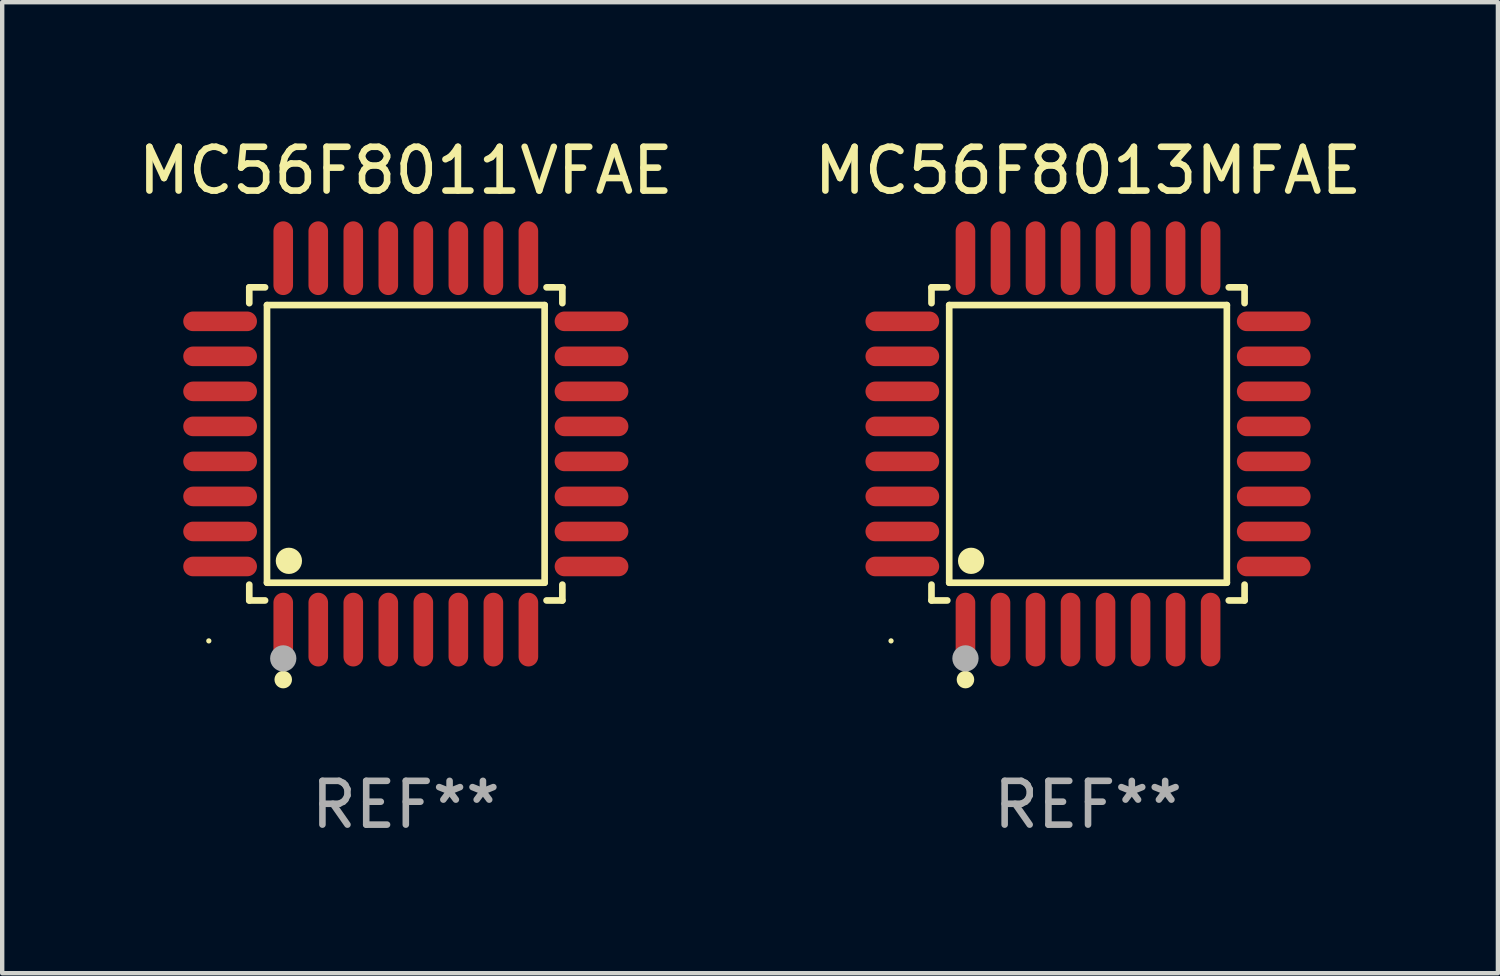
<source format=kicad_pcb>
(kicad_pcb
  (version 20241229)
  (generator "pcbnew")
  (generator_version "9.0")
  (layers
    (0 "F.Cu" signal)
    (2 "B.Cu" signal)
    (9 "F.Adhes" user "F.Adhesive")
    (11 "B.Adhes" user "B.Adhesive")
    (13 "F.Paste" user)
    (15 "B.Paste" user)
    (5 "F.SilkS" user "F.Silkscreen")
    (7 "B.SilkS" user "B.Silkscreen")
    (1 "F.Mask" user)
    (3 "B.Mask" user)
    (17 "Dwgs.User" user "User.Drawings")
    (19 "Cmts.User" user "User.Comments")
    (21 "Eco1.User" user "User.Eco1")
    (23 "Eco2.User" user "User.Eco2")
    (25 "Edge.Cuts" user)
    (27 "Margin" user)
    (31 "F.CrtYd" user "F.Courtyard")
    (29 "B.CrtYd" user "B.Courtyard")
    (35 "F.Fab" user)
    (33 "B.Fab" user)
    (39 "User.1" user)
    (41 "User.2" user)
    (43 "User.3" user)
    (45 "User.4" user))
  (footprint "MC56F8013MFAE"
    (layer "F.Cu")
    (at 21.804 7.09)
    (property "Reference" "MC56F8013MFAE" (at 0 -6.242 0) (layer "F.SilkS") (effects (font (size 1 1) (thickness 0.15))))
    (attr through_hole)
    (fp_line (start -3.576 -3.576) (end -3.215 -3.576) (stroke (width 0.152) (type solid)) (layer "F.SilkS"))
    (fp_line (start -3.576 -3.215) (end -3.576 -3.576) (stroke (width 0.152) (type solid)) (layer "F.SilkS"))
    (fp_line (start -3.576 3.215) (end -3.576 3.576) (stroke (width 0.152) (type solid)) (layer "F.SilkS"))
    (fp_line (start -3.576 3.576) (end -3.215 3.576) (stroke (width 0.152) (type solid)) (layer "F.SilkS"))
    (fp_line (start -3.171 -3.171) (end 3.171 -3.171) (stroke (width 0.152) (type solid)) (layer "F.SilkS"))
    (fp_line (start -3.171 3.171) (end -3.171 -3.171) (stroke (width 0.152) (type solid)) (layer "F.SilkS"))
    (fp_line (start 3.171 -3.171) (end 3.171 3.171) (stroke (width 0.152) (type solid)) (layer "F.SilkS"))
    (fp_line (start 3.171 3.171) (end -3.171 3.171) (stroke (width 0.152) (type solid)) (layer "F.SilkS"))
    (fp_line (start 3.576 -3.576) (end 3.215 -3.576) (stroke (width 0.152) (type solid)) (layer "F.SilkS"))
    (fp_line (start 3.576 -3.215) (end 3.576 -3.576) (stroke (width 0.152) (type solid)) (layer "F.SilkS"))
    (fp_line (start 3.576 3.215) (end 3.576 3.576) (stroke (width 0.152) (type solid)) (layer "F.SilkS"))
    (fp_line (start 3.576 3.576) (end 3.215 3.576) (stroke (width 0.152) (type solid)) (layer "F.SilkS"))
    (fp_circle (center -4.5 4.5) (end -4.47 4.5) (stroke (width 0.06) (type solid)) (fill no) (layer "F.SilkS"))
    (fp_circle (center -2.8 5.384) (end -2.7 5.384) (stroke (width 0.2) (type solid)) (fill no) (layer "F.SilkS"))
    (fp_circle (center -2.671 2.671) (end -2.521 2.671) (stroke (width 0.3) (type solid)) (fill no) (layer "F.SilkS"))
    (fp_circle (center -2.8 4.9) (end -2.65 4.9) (stroke (width 0.3) (type solid)) (fill no) (layer "F.Fab"))
    (fp_text user "REF**" (at 0 8.242 0) (layer "F.Fab") (effects (font (size 1 1) (thickness 0.15))))
    (pad "1" smd oval (at -2.8 4.242) (size 0.448 1.684) (layers "F.Cu" "F.Mask" "F.Paste"))
    (pad "2" smd oval (at -2 4.242) (size 0.448 1.684) (layers "F.Cu" "F.Mask" "F.Paste"))
    (pad "3" smd oval (at -1.2 4.242) (size 0.448 1.684) (layers "F.Cu" "F.Mask" "F.Paste"))
    (pad "4" smd oval (at -0.4 4.242) (size 0.448 1.684) (layers "F.Cu" "F.Mask" "F.Paste"))
    (pad "5" smd oval (at 0.4 4.242) (size 0.448 1.684) (layers "F.Cu" "F.Mask" "F.Paste"))
    (pad "6" smd oval (at 1.2 4.242) (size 0.448 1.684) (layers "F.Cu" "F.Mask" "F.Paste"))
    (pad "7" smd oval (at 2 4.242) (size 0.448 1.684) (layers "F.Cu" "F.Mask" "F.Paste"))
    (pad "8" smd oval (at 2.8 4.242) (size 0.448 1.684) (layers "F.Cu" "F.Mask" "F.Paste"))
    (pad "9" smd oval (at 4.242 2.8) (size 1.684 0.448) (layers "F.Cu" "F.Mask" "F.Paste"))
    (pad "10" smd oval (at 4.242 2) (size 1.684 0.448) (layers "F.Cu" "F.Mask" "F.Paste"))
    (pad "11" smd oval (at 4.242 1.2) (size 1.684 0.448) (layers "F.Cu" "F.Mask" "F.Paste"))
    (pad "12" smd oval (at 4.242 0.4) (size 1.684 0.448) (layers "F.Cu" "F.Mask" "F.Paste"))
    (pad "13" smd oval (at 4.242 -0.4) (size 1.684 0.448) (layers "F.Cu" "F.Mask" "F.Paste"))
    (pad "14" smd oval (at 4.242 -1.2) (size 1.684 0.448) (layers "F.Cu" "F.Mask" "F.Paste"))
    (pad "15" smd oval (at 4.242 -2) (size 1.684 0.448) (layers "F.Cu" "F.Mask" "F.Paste"))
    (pad "16" smd oval (at 4.242 -2.8) (size 1.684 0.448) (layers "F.Cu" "F.Mask" "F.Paste"))
    (pad "17" smd oval (at 2.8 -4.242) (size 0.448 1.684) (layers "F.Cu" "F.Mask" "F.Paste"))
    (pad "18" smd oval (at 2 -4.242) (size 0.448 1.684) (layers "F.Cu" "F.Mask" "F.Paste"))
    (pad "19" smd oval (at 1.2 -4.242) (size 0.448 1.684) (layers "F.Cu" "F.Mask" "F.Paste"))
    (pad "20" smd oval (at 0.4 -4.242) (size 0.448 1.684) (layers "F.Cu" "F.Mask" "F.Paste"))
    (pad "21" smd oval (at -0.4 -4.242) (size 0.448 1.684) (layers "F.Cu" "F.Mask" "F.Paste"))
    (pad "22" smd oval (at -1.2 -4.242) (size 0.448 1.684) (layers "F.Cu" "F.Mask" "F.Paste"))
    (pad "23" smd oval (at -2 -4.242) (size 0.448 1.684) (layers "F.Cu" "F.Mask" "F.Paste"))
    (pad "24" smd oval (at -2.8 -4.242) (size 0.448 1.684) (layers "F.Cu" "F.Mask" "F.Paste"))
    (pad "25" smd oval (at -4.242 -2.8) (size 1.684 0.448) (layers "F.Cu" "F.Mask" "F.Paste"))
    (pad "26" smd oval (at -4.242 -2) (size 1.684 0.448) (layers "F.Cu" "F.Mask" "F.Paste"))
    (pad "27" smd oval (at -4.242 -1.2) (size 1.684 0.448) (layers "F.Cu" "F.Mask" "F.Paste"))
    (pad "28" smd oval (at -4.242 -0.4) (size 1.684 0.448) (layers "F.Cu" "F.Mask" "F.Paste"))
    (pad "29" smd oval (at -4.242 0.4) (size 1.684 0.448) (layers "F.Cu" "F.Mask" "F.Paste"))
    (pad "30" smd oval (at -4.242 1.2) (size 1.684 0.448) (layers "F.Cu" "F.Mask" "F.Paste"))
    (pad "31" smd oval (at -4.242 2) (size 1.684 0.448) (layers "F.Cu" "F.Mask" "F.Paste"))
    (pad "32" smd oval (at -4.242 2.8) (size 1.684 0.448) (layers "F.Cu" "F.Mask" "F.Paste")))
  (footprint "MC56F8011VFAE"
    (layer "F.Cu")
    (at 6.22 7.09)
    (property "Reference" "MC56F8011VFAE" (at 0 -6.242 0) (layer "F.SilkS") (effects (font (size 1 1) (thickness 0.15))))
    (attr through_hole)
    (fp_line (start -3.576 -3.576) (end -3.215 -3.576) (stroke (width 0.152) (type solid)) (layer "F.SilkS"))
    (fp_line (start -3.576 -3.215) (end -3.576 -3.576) (stroke (width 0.152) (type solid)) (layer "F.SilkS"))
    (fp_line (start -3.576 3.215) (end -3.576 3.576) (stroke (width 0.152) (type solid)) (layer "F.SilkS"))
    (fp_line (start -3.576 3.576) (end -3.215 3.576) (stroke (width 0.152) (type solid)) (layer "F.SilkS"))
    (fp_line (start -3.171 -3.171) (end 3.171 -3.171) (stroke (width 0.152) (type solid)) (layer "F.SilkS"))
    (fp_line (start -3.171 3.171) (end -3.171 -3.171) (stroke (width 0.152) (type solid)) (layer "F.SilkS"))
    (fp_line (start 3.171 -3.171) (end 3.171 3.171) (stroke (width 0.152) (type solid)) (layer "F.SilkS"))
    (fp_line (start 3.171 3.171) (end -3.171 3.171) (stroke (width 0.152) (type solid)) (layer "F.SilkS"))
    (fp_line (start 3.576 -3.576) (end 3.215 -3.576) (stroke (width 0.152) (type solid)) (layer "F.SilkS"))
    (fp_line (start 3.576 -3.215) (end 3.576 -3.576) (stroke (width 0.152) (type solid)) (layer "F.SilkS"))
    (fp_line (start 3.576 3.215) (end 3.576 3.576) (stroke (width 0.152) (type solid)) (layer "F.SilkS"))
    (fp_line (start 3.576 3.576) (end 3.215 3.576) (stroke (width 0.152) (type solid)) (layer "F.SilkS"))
    (fp_circle (center -4.5 4.5) (end -4.47 4.5) (stroke (width 0.06) (type solid)) (fill no) (layer "F.SilkS"))
    (fp_circle (center -2.8 5.384) (end -2.7 5.384) (stroke (width 0.2) (type solid)) (fill no) (layer "F.SilkS"))
    (fp_circle (center -2.671 2.671) (end -2.521 2.671) (stroke (width 0.3) (type solid)) (fill no) (layer "F.SilkS"))
    (fp_circle (center -2.8 4.9) (end -2.65 4.9) (stroke (width 0.3) (type solid)) (fill no) (layer "F.Fab"))
    (fp_text user "REF**" (at 0 8.242 0) (layer "F.Fab") (effects (font (size 1 1) (thickness 0.15))))
    (pad "1" smd oval (at -2.8 4.242) (size 0.448 1.684) (layers "F.Cu" "F.Mask" "F.Paste"))
    (pad "2" smd oval (at -2 4.242) (size 0.448 1.684) (layers "F.Cu" "F.Mask" "F.Paste"))
    (pad "3" smd oval (at -1.2 4.242) (size 0.448 1.684) (layers "F.Cu" "F.Mask" "F.Paste"))
    (pad "4" smd oval (at -0.4 4.242) (size 0.448 1.684) (layers "F.Cu" "F.Mask" "F.Paste"))
    (pad "5" smd oval (at 0.4 4.242) (size 0.448 1.684) (layers "F.Cu" "F.Mask" "F.Paste"))
    (pad "6" smd oval (at 1.2 4.242) (size 0.448 1.684) (layers "F.Cu" "F.Mask" "F.Paste"))
    (pad "7" smd oval (at 2 4.242) (size 0.448 1.684) (layers "F.Cu" "F.Mask" "F.Paste"))
    (pad "8" smd oval (at 2.8 4.242) (size 0.448 1.684) (layers "F.Cu" "F.Mask" "F.Paste"))
    (pad "9" smd oval (at 4.242 2.8) (size 1.684 0.448) (layers "F.Cu" "F.Mask" "F.Paste"))
    (pad "10" smd oval (at 4.242 2) (size 1.684 0.448) (layers "F.Cu" "F.Mask" "F.Paste"))
    (pad "11" smd oval (at 4.242 1.2) (size 1.684 0.448) (layers "F.Cu" "F.Mask" "F.Paste"))
    (pad "12" smd oval (at 4.242 0.4) (size 1.684 0.448) (layers "F.Cu" "F.Mask" "F.Paste"))
    (pad "13" smd oval (at 4.242 -0.4) (size 1.684 0.448) (layers "F.Cu" "F.Mask" "F.Paste"))
    (pad "14" smd oval (at 4.242 -1.2) (size 1.684 0.448) (layers "F.Cu" "F.Mask" "F.Paste"))
    (pad "15" smd oval (at 4.242 -2) (size 1.684 0.448) (layers "F.Cu" "F.Mask" "F.Paste"))
    (pad "16" smd oval (at 4.242 -2.8) (size 1.684 0.448) (layers "F.Cu" "F.Mask" "F.Paste"))
    (pad "17" smd oval (at 2.8 -4.242) (size 0.448 1.684) (layers "F.Cu" "F.Mask" "F.Paste"))
    (pad "18" smd oval (at 2 -4.242) (size 0.448 1.684) (layers "F.Cu" "F.Mask" "F.Paste"))
    (pad "19" smd oval (at 1.2 -4.242) (size 0.448 1.684) (layers "F.Cu" "F.Mask" "F.Paste"))
    (pad "20" smd oval (at 0.4 -4.242) (size 0.448 1.684) (layers "F.Cu" "F.Mask" "F.Paste"))
    (pad "21" smd oval (at -0.4 -4.242) (size 0.448 1.684) (layers "F.Cu" "F.Mask" "F.Paste"))
    (pad "22" smd oval (at -1.2 -4.242) (size 0.448 1.684) (layers "F.Cu" "F.Mask" "F.Paste"))
    (pad "23" smd oval (at -2 -4.242) (size 0.448 1.684) (layers "F.Cu" "F.Mask" "F.Paste"))
    (pad "24" smd oval (at -2.8 -4.242) (size 0.448 1.684) (layers "F.Cu" "F.Mask" "F.Paste"))
    (pad "25" smd oval (at -4.242 -2.8) (size 1.684 0.448) (layers "F.Cu" "F.Mask" "F.Paste"))
    (pad "26" smd oval (at -4.242 -2) (size 1.684 0.448) (layers "F.Cu" "F.Mask" "F.Paste"))
    (pad "27" smd oval (at -4.242 -1.2) (size 1.684 0.448) (layers "F.Cu" "F.Mask" "F.Paste"))
    (pad "28" smd oval (at -4.242 -0.4) (size 1.684 0.448) (layers "F.Cu" "F.Mask" "F.Paste"))
    (pad "29" smd oval (at -4.242 0.4) (size 1.684 0.448) (layers "F.Cu" "F.Mask" "F.Paste"))
    (pad "30" smd oval (at -4.242 1.2) (size 1.684 0.448) (layers "F.Cu" "F.Mask" "F.Paste"))
    (pad "31" smd oval (at -4.242 2) (size 1.684 0.448) (layers "F.Cu" "F.Mask" "F.Paste"))
    (pad "32" smd oval (at -4.242 2.8) (size 1.684 0.448) (layers "F.Cu" "F.Mask" "F.Paste")))
  (gr_rect
    (start -3 -3)
    (end 31.167 19.181)
    (stroke (width 0.1) (type default))
    (fill no)
    (layer "Edge.Cuts")))
</source>
